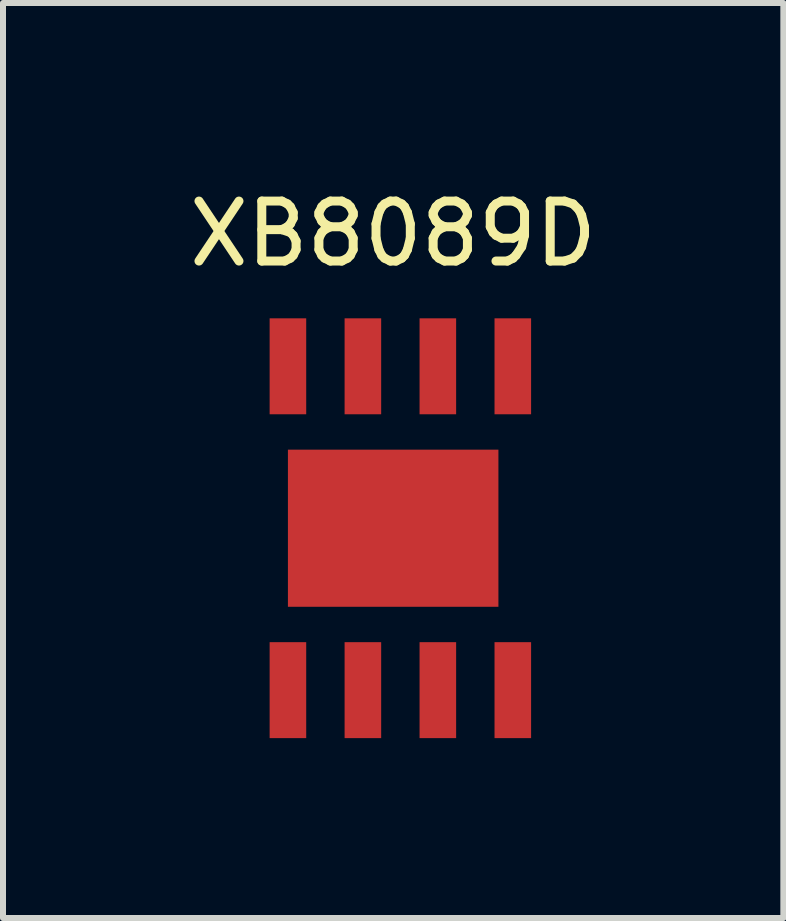
<source format=kicad_pcb>
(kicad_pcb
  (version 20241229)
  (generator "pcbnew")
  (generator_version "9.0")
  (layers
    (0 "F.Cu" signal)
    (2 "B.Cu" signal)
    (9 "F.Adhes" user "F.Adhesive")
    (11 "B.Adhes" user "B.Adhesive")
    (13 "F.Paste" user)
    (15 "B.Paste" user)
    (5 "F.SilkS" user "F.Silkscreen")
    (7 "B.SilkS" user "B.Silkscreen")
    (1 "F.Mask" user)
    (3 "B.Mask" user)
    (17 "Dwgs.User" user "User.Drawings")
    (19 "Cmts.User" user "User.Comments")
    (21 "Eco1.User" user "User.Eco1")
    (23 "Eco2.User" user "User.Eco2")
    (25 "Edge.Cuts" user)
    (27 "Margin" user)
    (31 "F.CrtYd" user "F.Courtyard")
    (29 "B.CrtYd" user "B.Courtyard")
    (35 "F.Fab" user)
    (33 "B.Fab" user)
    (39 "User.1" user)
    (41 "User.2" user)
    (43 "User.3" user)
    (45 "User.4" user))
  (footprint "XB8089D"
    (layer "F.Cu")
    (at 3.506 5.758)
    (property "Reference" "XB8089D" (at 0 -4.91 0) (layer "F.SilkS") (effects (font (size 1 1) (thickness 0.15))))
    (attr through_hole)
    (pad "1" smd rect (at -1.755 2.7) (size 0.61 1.6) (layers "F.Cu" "F.Mask" "F.Paste"))
    (pad "2" smd rect (at -0.505 2.7) (size 0.61 1.6) (layers "F.Cu" "F.Mask" "F.Paste"))
    (pad "3" smd rect (at 0.745 2.7) (size 0.61 1.6) (layers "F.Cu" "F.Mask" "F.Paste"))
    (pad "4" smd rect (at 1.995 2.7) (size 0.61 1.6) (layers "F.Cu" "F.Mask" "F.Paste"))
    (pad "5" smd rect (at 1.995 -2.7) (size 0.61 1.6) (layers "F.Cu" "F.Mask" "F.Paste"))
    (pad "6" smd rect (at 0.745 -2.7) (size 0.61 1.6) (layers "F.Cu" "F.Mask" "F.Paste"))
    (pad "7" smd rect (at -0.505 -2.7) (size 0.61 1.6) (layers "F.Cu" "F.Mask" "F.Paste"))
    (pad "8" smd rect (at -1.755 -2.7) (size 0.61 1.6) (layers "F.Cu" "F.Mask" "F.Paste"))
    (pad "9" smd rect (at 0 0) (size 3.51 2.62) (layers "F.Cu" "F.Mask" "F.Paste")))
  (gr_rect
    (start -3 -3)
    (end 10.012 12.258)
    (stroke (width 0.1) (type default))
    (fill no)
    (layer "Edge.Cuts")))
</source>
